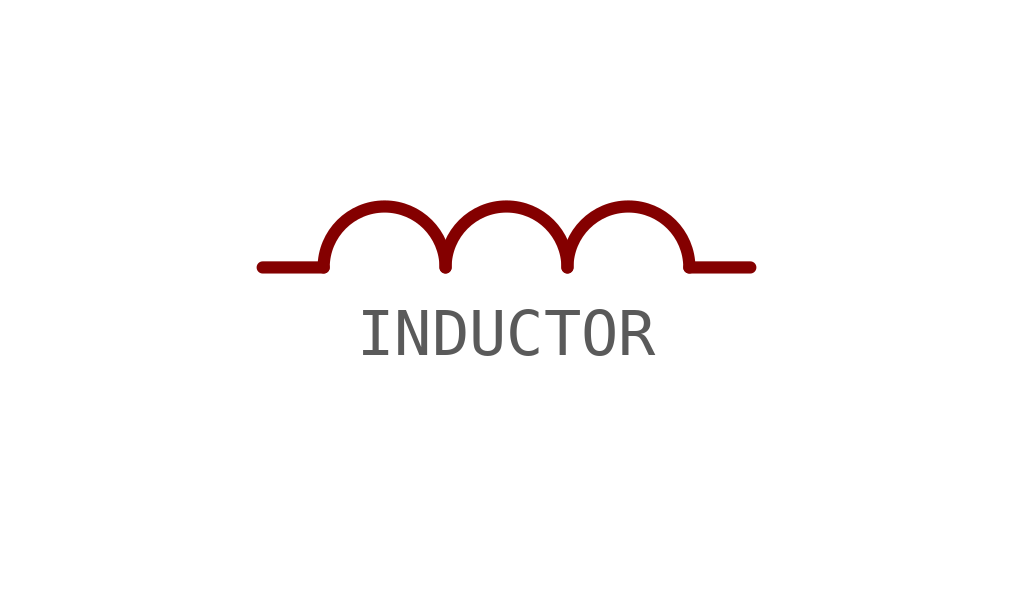
<source format=kicad_sym>
(kicad_symbol_lib
  (version 20211014)
  (generator kicad_symbol_editor)
  (symbol "INDUCTOR"
    (property "Reference" ""
      (at 0 0 0)
      (effects (font (size 1.27 1.27)) hide))
    (property "ki_locked" ""
      (at 0 0 0)
      (effects (font (size 1.27 1.27))))
    (symbol "INDUCTOR_1_0"
      (arc (start -1.27 0) (mid -2.54 1.27) (end -3.81 0) (stroke (width 0.254) (type default) (color 0 0 0 0)) (fill (type none)))
      (polyline (pts (xy -3.81 0) (xy -5.08 0)) (stroke (width 0.254) (type default) (color 0 0 0 0)) (fill (type none)))
      (polyline (pts (xy 3.81 0) (xy 5.08 0)) (stroke (width 0.254) (type default) (color 0 0 0 0)) (fill (type none)))
      (arc (start 1.27 0) (mid 0 1.27) (end -1.27 0) (stroke (width 0.254) (type default) (color 0 0 0 0)) (fill (type none)))
      (arc (start 3.81 0) (mid 2.54 1.27) (end 1.27 0) (stroke (width 0.254) (type default) (color 0 0 0 0)) (fill (type none)))
      (pin bidirectional line (at -5.08 0 0) (length 0) (name "P$1" (effects (font (size 0 0)))) (number "P$1" (effects (font (size 0 0)))))
      (pin bidirectional line (at 5.08 0 180) (length 0) (name "P$2" (effects (font (size 0 0)))) (number "P$2" (effects (font (size 0 0))))))))
</source>
